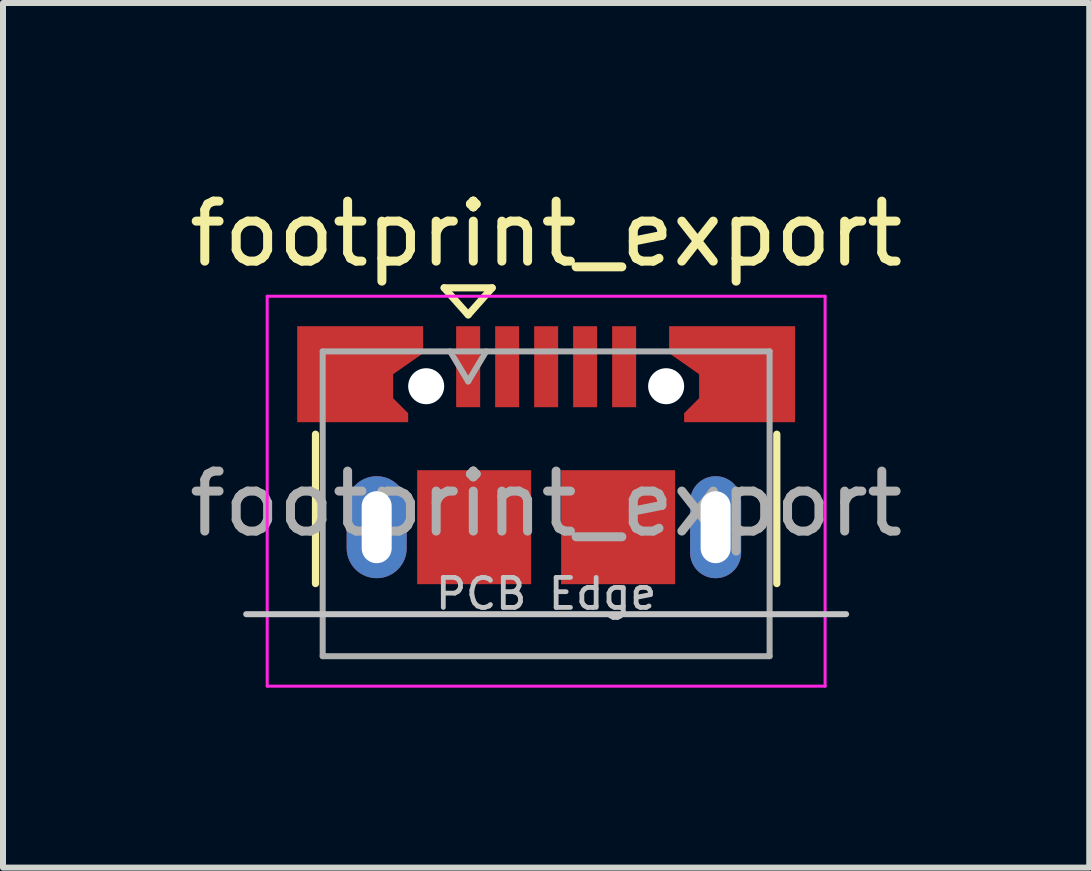
<source format=kicad_pcb>
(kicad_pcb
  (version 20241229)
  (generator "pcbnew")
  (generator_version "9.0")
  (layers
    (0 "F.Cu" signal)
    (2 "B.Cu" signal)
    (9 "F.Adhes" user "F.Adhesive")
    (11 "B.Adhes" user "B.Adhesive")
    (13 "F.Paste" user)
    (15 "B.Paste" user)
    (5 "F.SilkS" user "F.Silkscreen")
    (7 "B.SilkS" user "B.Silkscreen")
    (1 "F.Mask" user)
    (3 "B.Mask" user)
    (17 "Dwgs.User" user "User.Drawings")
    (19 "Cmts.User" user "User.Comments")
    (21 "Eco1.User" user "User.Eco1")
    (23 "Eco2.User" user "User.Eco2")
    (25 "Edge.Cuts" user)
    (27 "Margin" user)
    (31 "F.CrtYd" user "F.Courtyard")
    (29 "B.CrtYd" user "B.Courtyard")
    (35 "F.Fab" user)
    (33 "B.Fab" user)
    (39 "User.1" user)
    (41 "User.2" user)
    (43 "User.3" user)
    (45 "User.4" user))
  (footprint "footprint_export"
    (layer "F.Cu")
    (at 6.054 5.348)
    (property "Reference" "footprint_export" (at 0 -4.5 0) (layer "F.SilkS") (effects (font (size 1 1) (thickness 0.15))))
    (attr smd)
    (fp_line (start -3.845 -1.16) (end -3.845 1.33) (stroke (width 0.12) (type solid)) (layer "F.SilkS"))
    (fp_line (start -1.7 -3.6) (end -0.9 -3.6) (stroke (width 0.12) (type solid)) (layer "F.SilkS"))
    (fp_line (start -1.3 -3.15) (end -1.7 -3.6) (stroke (width 0.12) (type solid)) (layer "F.SilkS"))
    (fp_line (start -0.9 -3.6) (end -1.3 -3.15) (stroke (width 0.12) (type solid)) (layer "F.SilkS"))
    (fp_line (start 3.845 -1.16) (end 3.845 1.33) (stroke (width 0.12) (type solid)) (layer "F.SilkS"))
    (fp_line (start -5 1.84) (end 5 1.84) (stroke (width 0.1) (type solid)) (layer "Dwgs.User"))
    (fp_line (start -4.65 -3.46) (end 4.65 -3.46) (stroke (width 0.05) (type solid)) (layer "F.CrtYd"))
    (fp_line (start -4.65 3.04) (end -4.65 -3.46) (stroke (width 0.05) (type solid)) (layer "F.CrtYd"))
    (fp_line (start -4.65 3.04) (end 4.65 3.04) (stroke (width 0.05) (type solid)) (layer "F.CrtYd"))
    (fp_line (start 4.65 3.04) (end 4.65 -3.46) (stroke (width 0.05) (type solid)) (layer "F.CrtYd"))
    (fp_line (start -3.725 -2.54) (end 3.725 -2.54) (stroke (width 0.1) (type solid)) (layer "F.Fab"))
    (fp_line (start -3.725 2.54) (end -3.725 -2.54) (stroke (width 0.1) (type solid)) (layer "F.Fab"))
    (fp_line (start -3.725 2.54) (end 3.725 2.54) (stroke (width 0.1) (type solid)) (layer "F.Fab"))
    (fp_line (start -1.6 -2.54) (end -1.3 -2.04) (stroke (width 0.1) (type solid)) (layer "F.Fab"))
    (fp_line (start -1.3 -2.04) (end -1 -2.54) (stroke (width 0.1) (type solid)) (layer "F.Fab"))
    (fp_line (start 3.725 2.54) (end 3.725 -2.54) (stroke (width 0.1) (type solid)) (layer "F.Fab"))
    (fp_text user "PCB Edge" (at 0 1.5 0) (layer "Dwgs.User") (effects (font (size 0.5 0.5) (thickness 0.08))))
    (fp_text user "${REFERENCE}" (at 0 0 0) (unlocked yes) (layer "F.Fab") (effects (font (size 1 1) (thickness 0.15))))
    (pad "" np_thru_hole circle (at -2 -1.96) (size 0.6 0.6) (drill 0.6) (layers "*.Cu" "*.Mask"))
    (pad "" np_thru_hole circle (at 2 -1.96) (size 0.6 0.6) (drill 0.6) (layers "*.Cu" "*.Mask"))
    (pad "1" smd rect (at -1.3 -2.285) (size 0.4 1.35) (layers "F.Cu" "F.Mask" "F.Paste"))
    (pad "2" smd rect (at -0.65 -2.285) (size 0.4 1.35) (layers "F.Cu" "F.Mask" "F.Paste"))
    (pad "3" smd rect (at 0 -2.285) (size 0.4 1.35) (layers "F.Cu" "F.Mask" "F.Paste"))
    (pad "4" smd rect (at 0.65 -2.285) (size 0.4 1.35) (layers "F.Cu" "F.Mask" "F.Paste"))
    (pad "5" smd rect (at 1.3 -2.285) (size 0.4 1.35) (layers "F.Cu" "F.Mask" "F.Paste"))
    (pad "6" smd custom (at -3.1 -2.16) (size 1 1.1) (layers "F.Cu" "F.Mask" "F.Paste") (options (anchor rect)) (primitives (gr_poly (pts (xy 0.8 0.8) (xy -1.05 0.8) (xy -1.05 -0.8) (xy 1.05 -0.8) (xy 1.05 -0.35) (xy 0.55 0) (xy 0.55 0.4) (xy 0.8 0.65)) (width 0) (fill yes))))
    (pad "6" thru_hole oval (at -2.825 0.39) (size 1 1.7) (drill oval 0.5 1.2) (layers "*.Cu" "*.Mask"))
    (pad "6" smd rect (at -1.2 0.39) (size 1.9 1.9) (layers "F.Cu" "F.Mask" "F.Paste"))
    (pad "6" smd rect (at 1.2 0.39) (size 1.9 1.9) (layers "F.Cu" "F.Mask" "F.Paste"))
    (pad "6" thru_hole oval (at 2.825 0.39) (size 0.85 1.7) (drill oval 0.5 1.2) (layers "*.Cu" "*.Mask"))
    (pad "6" smd custom (at 3.1 -2.16) (size 1 1.1) (layers "F.Cu" "F.Mask" "F.Paste") (options (anchor rect)) (primitives (gr_poly (pts (xy -0.8 0.8) (xy 1.05 0.8) (xy 1.05 -0.8) (xy -1.05 -0.8) (xy -1.05 -0.35) (xy -0.55 0) (xy -0.55 0.4) (xy -0.8 0.65)) (width 0) (fill yes)))))
  (gr_rect
    (start -3 -3)
    (end 15.107 11.413)
    (stroke (width 0.1) (type default))
    (fill no)
    (layer "Edge.Cuts")))
</source>
